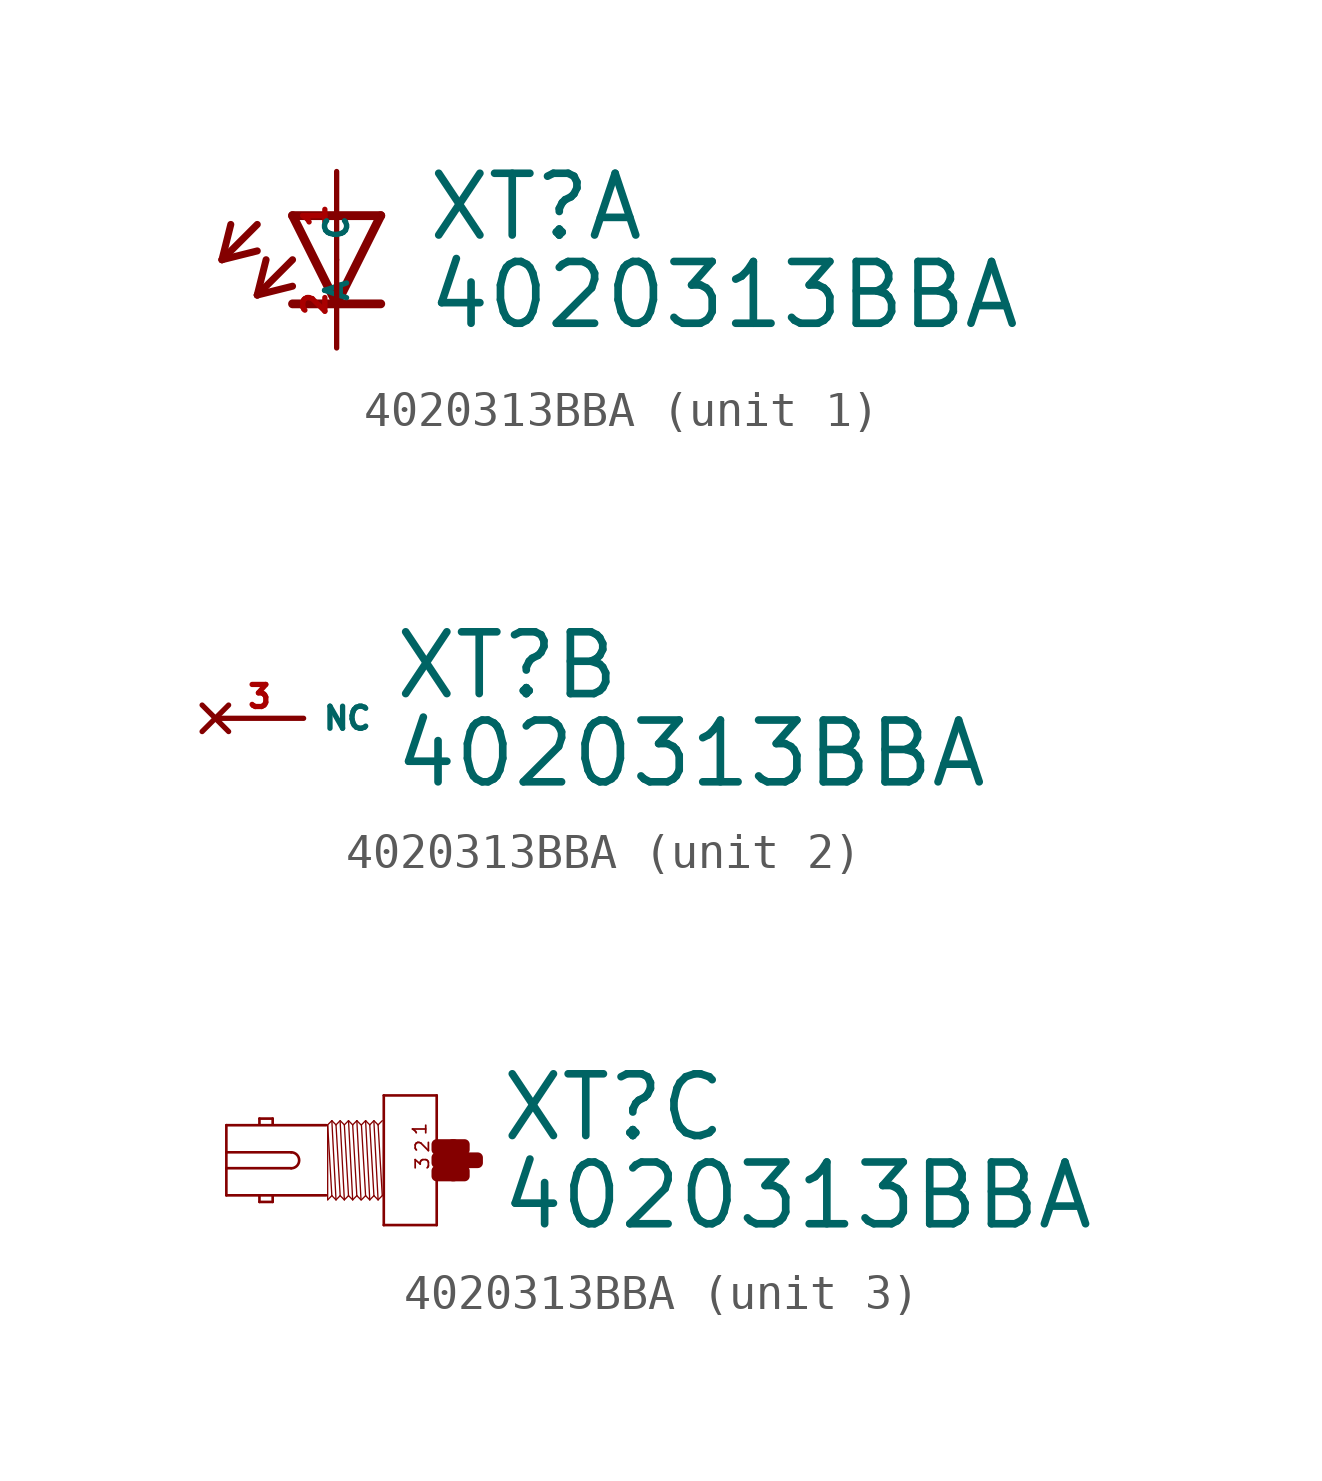
<source format=kicad_sym>
(kicad_symbol_lib
  (version 20220914)
  (generator Eagle2Kicad)
  (symbol "4020313BBA"
    (property "Reference" "XT"
      (at 2.54 0.483 0)
      (effects (font (size 1.778 1.778) (thickness 0.22)) (justify left bottom)))
    (property "Value" "4020313BBA"
      (at 2.54 -2.057 0)
      (effects (font (size 1.778 1.778) (thickness 0.22)) (justify left bottom)))
    (symbol "4020313BBA_1_0"
      (polyline (pts (xy -1.27 1.27) (xy 0 -1.27)) (stroke (width 0.254) (type default)) (fill (type none)))
      (polyline (pts (xy 0 -1.27) (xy 1.27 1.27)) (stroke (width 0.254) (type default)) (fill (type none)))
      (polyline (pts (xy 1.27 -1.27) (xy 0 -1.27)) (stroke (width 0.254) (type default)) (fill (type none)))
      (polyline (pts (xy 1.27 1.27) (xy -1.27 1.27)) (stroke (width 0.254) (type default)) (fill (type none)))
      (polyline (pts (xy 0 -1.27) (xy -1.27 -1.27)) (stroke (width 0.254) (type default)) (fill (type none)))
      (polyline (pts (xy -2.286 1.016) (xy -3.302 0)) (stroke (width 0.203) (type default)) (fill (type none)))
      (polyline (pts (xy -3.302 0) (xy -2.286 0.254)) (stroke (width 0.203) (type default)) (fill (type none)))
      (polyline (pts (xy -3.302 0) (xy -3.048 1.016)) (stroke (width 0.203) (type default)) (fill (type none)))
      (polyline (pts (xy -1.27 0) (xy -2.286 -1.016)) (stroke (width 0.203) (type default)) (fill (type none)))
      (polyline (pts (xy -2.286 -1.016) (xy -1.27 -0.762)) (stroke (width 0.203) (type default)) (fill (type none)))
      (polyline (pts (xy -2.286 -1.016) (xy -2.032 0)) (stroke (width 0.203) (type default)) (fill (type none)))
      (pin passive line (at 0 2.54 270) (length 2.54) (name "A" (effects (font (size 0.635 0.635) (thickness 0.08)) (justify left bottom))) (number "1" (effects (font (size 0.635 0.635) (thickness 0.08)) (justify left bottom))))
      (pin passive line (at 0 -2.54 90) (length 2.54) (name "C" (effects (font (size 0.635 0.635) (thickness 0.08)) (justify left bottom))) (number "2" (effects (font (size 0.635 0.635) (thickness 0.08)) (justify left bottom)))))
    (symbol "4020313BBA_2_0"
      (pin no_connect line (at -2.54 0 0) (length 2.54) (name "NC" (effects (font (size 0.635 0.635) (thickness 0.08)) (justify left bottom) hide)) (number "3" (effects (font (size 0.635 0.635) (thickness 0.08)) (justify left bottom) hide))))
    (symbol "4020313BBA_3_0"
      (polyline (pts (xy 0.762 1.867) (xy 0.762 -1.867)) (stroke (width 0.076) (type default)) (fill (type none)))
      (polyline (pts (xy 0.762 -1.867) (xy -0.762 -1.867)) (stroke (width 0.076) (type default)) (fill (type none)))
      (polyline (pts (xy -0.762 -1.867) (xy -0.762 1.867)) (stroke (width 0.076) (type default)) (fill (type none)))
      (polyline (pts (xy -0.762 1.867) (xy 0.762 1.867)) (stroke (width 0.076) (type default)) (fill (type none)))
      (polyline (pts (xy -2.419 1.01) (xy -5.296 1.01)) (stroke (width 0.076) (type default)) (fill (type none)))
      (polyline (pts (xy -5.296 1.01) (xy -5.296 0.229)) (stroke (width 0.076) (type default)) (fill (type none)))
      (polyline (pts (xy -5.296 0.229) (xy -5.296 -0.229)) (stroke (width 0.076) (type default)) (fill (type none)))
      (polyline (pts (xy -5.296 -0.229) (xy -5.296 -1.01)) (stroke (width 0.076) (type default)) (fill (type none)))
      (polyline (pts (xy -5.296 -1.01) (xy -2.419 -1.01)) (stroke (width 0.076) (type default)) (fill (type none)))
      (polyline (pts (xy -3.962 -1.029) (xy -3.962 -1.2)) (stroke (width 0.076) (type default)) (fill (type none)))
      (polyline (pts (xy -3.962 -1.2) (xy -4.343 -1.2)) (stroke (width 0.076) (type default)) (fill (type none)))
      (polyline (pts (xy -4.343 -1.2) (xy -4.343 -1.029)) (stroke (width 0.076) (type default)) (fill (type none)))
      (polyline (pts (xy -4.343 1.029) (xy -4.343 1.2)) (stroke (width 0.076) (type default)) (fill (type none)))
      (polyline (pts (xy -4.343 1.2) (xy -3.962 1.2)) (stroke (width 0.076) (type default)) (fill (type none)))
      (polyline (pts (xy -3.962 1.2) (xy -3.962 1.029)) (stroke (width 0.076) (type default)) (fill (type none)))
      (polyline (pts (xy -2.258 1.14) (xy -2.138 -1.14)) (stroke (width 0.038) (type default)) (fill (type none)))
      (polyline (pts (xy -2.018 1.099) (xy -1.898 -1.14)) (stroke (width 0.038) (type default)) (fill (type none)))
      (polyline (pts (xy -1.898 1.02) (xy -1.778 -1.02)) (stroke (width 0.038) (type default)) (fill (type none)))
      (polyline (pts (xy -1.778 1.14) (xy -1.658 -1.14)) (stroke (width 0.038) (type default)) (fill (type none)))
      (polyline (pts (xy -1.538 1.14) (xy -1.418 -1.14)) (stroke (width 0.038) (type default)) (fill (type none)))
      (polyline (pts (xy -2.378 -1.14) (xy -2.378 0.999)) (stroke (width 0.038) (type default)) (fill (type none)))
      (polyline (pts (xy -2.378 -1.14) (xy -2.258 -1.02)) (stroke (width 0.038) (type default)) (fill (type none)))
      (polyline (pts (xy -2.258 -1.02) (xy -2.138 -1.14)) (stroke (width 0.038) (type default)) (fill (type none)))
      (polyline (pts (xy -2.138 -1.14) (xy -2.018 -1.02)) (stroke (width 0.038) (type default)) (fill (type none)))
      (polyline (pts (xy -2.018 -1.02) (xy -1.898 -1.14)) (stroke (width 0.038) (type default)) (fill (type none)))
      (polyline (pts (xy -1.898 -1.14) (xy -1.778 -1.02)) (stroke (width 0.038) (type default)) (fill (type none)))
      (polyline (pts (xy -1.778 -1.02) (xy -1.658 -1.14)) (stroke (width 0.038) (type default)) (fill (type none)))
      (polyline (pts (xy -1.658 -1.14) (xy -1.538 -1.02)) (stroke (width 0.038) (type default)) (fill (type none)))
      (polyline (pts (xy -1.538 -1.02) (xy -1.418 -1.14)) (stroke (width 0.038) (type default)) (fill (type none)))
      (polyline (pts (xy -2.378 1.02) (xy -2.258 1.14)) (stroke (width 0.038) (type default)) (fill (type none)))
      (polyline (pts (xy -2.258 1.14) (xy -2.138 1.02)) (stroke (width 0.038) (type default)) (fill (type none)))
      (polyline (pts (xy -2.138 1.02) (xy -2.018 1.14)) (stroke (width 0.038) (type default)) (fill (type none)))
      (polyline (pts (xy -2.018 1.14) (xy -1.898 1.02)) (stroke (width 0.038) (type default)) (fill (type none)))
      (polyline (pts (xy -1.898 1.02) (xy -1.778 1.14)) (stroke (width 0.038) (type default)) (fill (type none)))
      (polyline (pts (xy -1.778 1.14) (xy -1.658 1.02)) (stroke (width 0.038) (type default)) (fill (type none)))
      (polyline (pts (xy -1.658 1.02) (xy -1.538 1.14)) (stroke (width 0.038) (type default)) (fill (type none)))
      (polyline (pts (xy -1.538 1.14) (xy -1.418 1.02)) (stroke (width 0.038) (type default)) (fill (type none)))
      (polyline (pts (xy -2.138 1.02) (xy -2.018 -1.02)) (stroke (width 0.038) (type default)) (fill (type none)))
      (polyline (pts (xy -1.658 1.02) (xy -1.538 -1.02)) (stroke (width 0.038) (type default)) (fill (type none)))
      (polyline (pts (xy -2.378 1.02) (xy -2.258 -1.02)) (stroke (width 0.038) (type default)) (fill (type none)))
      (polyline (pts (xy -1.286 1.14) (xy -1.166 -1.14)) (stroke (width 0.038) (type default)) (fill (type none)))
      (polyline (pts (xy -1.046 1.099) (xy -0.926 -1.14)) (stroke (width 0.038) (type default)) (fill (type none)))
      (polyline (pts (xy -0.926 1.02) (xy -0.806 -1.02)) (stroke (width 0.038) (type default)) (fill (type none)))
      (polyline (pts (xy -1.406 -1.14) (xy -1.286 -1.02)) (stroke (width 0.038) (type default)) (fill (type none)))
      (polyline (pts (xy -1.286 -1.02) (xy -1.166 -1.14)) (stroke (width 0.038) (type default)) (fill (type none)))
      (polyline (pts (xy -1.166 -1.14) (xy -1.046 -1.02)) (stroke (width 0.038) (type default)) (fill (type none)))
      (polyline (pts (xy -1.046 -1.02) (xy -0.926 -1.14)) (stroke (width 0.038) (type default)) (fill (type none)))
      (polyline (pts (xy -0.926 -1.14) (xy -0.806 -1.02)) (stroke (width 0.038) (type default)) (fill (type none)))
      (polyline (pts (xy -1.406 1.02) (xy -1.286 1.14)) (stroke (width 0.038) (type default)) (fill (type none)))
      (polyline (pts (xy -1.286 1.14) (xy -1.166 1.02)) (stroke (width 0.038) (type default)) (fill (type none)))
      (polyline (pts (xy -1.166 1.02) (xy -1.046 1.14)) (stroke (width 0.038) (type default)) (fill (type none)))
      (polyline (pts (xy -1.046 1.14) (xy -0.926 1.02)) (stroke (width 0.038) (type default)) (fill (type none)))
      (polyline (pts (xy -0.926 1.02) (xy -0.806 1.14)) (stroke (width 0.038) (type default)) (fill (type none)))
      (polyline (pts (xy -1.166 1.02) (xy -1.046 -1.02)) (stroke (width 0.038) (type default)) (fill (type none)))
      (polyline (pts (xy -1.406 1.02) (xy -1.286 -1.02)) (stroke (width 0.038) (type default)) (fill (type none)))
      (polyline (pts (xy -5.296 -0.229) (xy -3.429 -0.229)) (stroke (width 0.076) (type default)) (fill (type none)))
      (polyline (pts (xy -3.429 0.229) (xy -5.296 0.229)) (stroke (width 0.076) (type default)) (fill (type none)))
      (arc (start -3.429 -0.2286) (mid -3.200 0.000) (end -3.429 0.2286) (stroke (width 0.0762) (type default)) (fill (type none)))
      (text "1" (at 0.495 0.686 1800) (effects (font (size 0.381 0.381) (thickness 0.05)) (justify left bottom)))
      (text "3" (at 0.572 -0.305 1800) (effects (font (size 0.381 0.381) (thickness 0.05)) (justify left bottom)))
      (text "2" (at 0.572 0.191 1800) (effects (font (size 0.381 0.381) (thickness 0.05)) (justify left bottom)))
      (rectangle (start 0.762 -0.457) (end 1.257 -0.305) (stroke (width 0.3) (type default)) (fill (type outline)))
      (rectangle (start 0.762 -0.076) (end 1.638 0.076) (stroke (width 0.3) (type default)) (fill (type outline)))
      (rectangle (start 1.219 -0.457) (end 1.562 -0.305) (stroke (width 0.3) (type default)) (fill (type outline)))
      (rectangle (start 1.6 -0.076) (end 1.943 0.076) (stroke (width 0.3) (type default)) (fill (type outline)))
      (rectangle (start 1.219 0.305) (end 1.562 0.457) (stroke (width 0.3) (type default)) (fill (type outline)))
      (rectangle (start 0.762 0.305) (end 1.257 0.457) (stroke (width 0.3) (type default)) (fill (type outline))))))
</source>
